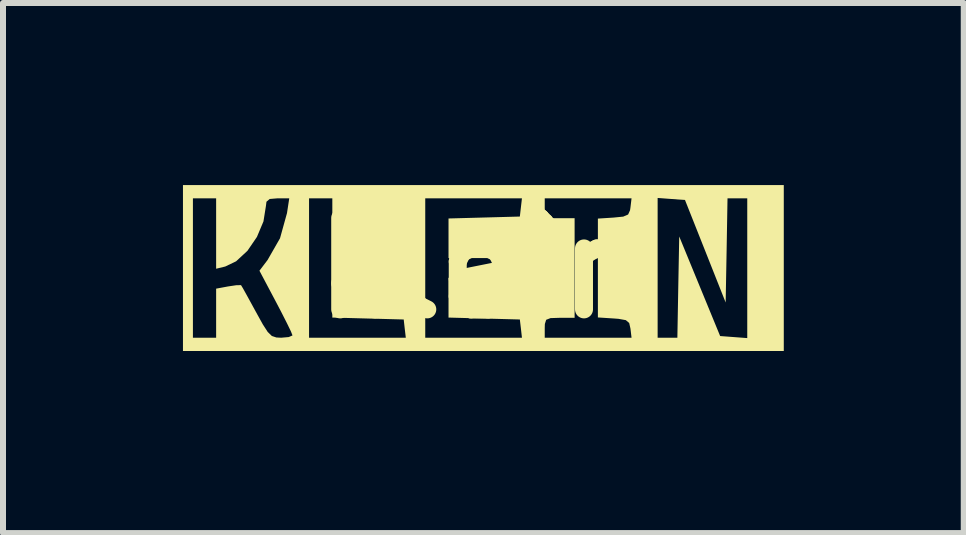
<source format=kicad_pcb>
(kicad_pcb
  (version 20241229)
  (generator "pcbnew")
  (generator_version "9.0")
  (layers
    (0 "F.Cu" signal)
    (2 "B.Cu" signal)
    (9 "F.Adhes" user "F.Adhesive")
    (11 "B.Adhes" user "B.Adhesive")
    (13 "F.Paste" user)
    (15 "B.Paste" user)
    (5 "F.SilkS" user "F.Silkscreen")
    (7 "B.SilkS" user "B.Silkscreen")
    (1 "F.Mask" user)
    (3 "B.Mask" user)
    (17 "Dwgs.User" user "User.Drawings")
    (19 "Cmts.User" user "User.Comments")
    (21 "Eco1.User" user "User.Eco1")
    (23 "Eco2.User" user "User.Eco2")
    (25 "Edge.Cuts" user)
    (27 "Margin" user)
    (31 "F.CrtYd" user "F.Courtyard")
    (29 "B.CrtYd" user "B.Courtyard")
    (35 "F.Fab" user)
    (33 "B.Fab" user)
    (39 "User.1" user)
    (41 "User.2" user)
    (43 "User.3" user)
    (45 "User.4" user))
  (footprint "klein"
    (layer "F.Cu")
    (at 4.98 1.418)
    (property "Reference" "klein" (at 0 0 0) (layer "F.SilkS") (effects (font (size 1.524 1.524) (thickness 0.3))))
    (attr board_only exclude_from_pos_files exclude_from_bom)
    (fp_poly (pts (xy 5.036 1.383) (xy -4.98 1.383) (xy -4.98 1.162) (xy -4.814 1.162) (xy -4.427 1.162) (xy -4.427 0.344) (xy -4.228 0.307) (xy -4.093 0.287) (xy -4.016 0.285) (xy -4.011 0.287) (xy -3.979 0.34) (xy -3.908 0.468) (xy -3.81 0.647) (xy -3.763 0.733) (xy -3.649 0.939) (xy -3.567 1.066) (xy -3.498 1.133) (xy -3.423 1.158) (xy -3.343 1.162) (xy -2.878 1.162) (xy -1.265 1.162) (xy -0.941 1.162) (xy 0.671 1.162) (xy 1.051 1.162) (xy 2.498 1.162) (xy 2.48 1.01) (xy 2.459 0.917) (xy 2.403 0.869) (xy 2.28 0.847) (xy 2.2 0.841) (xy 1.937 0.824) (xy 1.937 -0.824) (xy 2.2 -0.841) (xy 2.36 -0.857) (xy 2.441 -0.892) (xy 2.473 -0.963) (xy 2.48 -1.01) (xy 2.498 -1.162) (xy 1.051 -1.162) (xy 1.051 -0.996) (xy 1.059 -0.894) (xy 1.1 -0.846) (xy 1.206 -0.831) (xy 1.3 -0.83) (xy 1.549 -0.83) (xy 1.549 0.83) (xy 1.3 0.83) (xy 1.147 0.835) (xy 1.075 0.863) (xy 1.053 0.933) (xy 1.051 0.996) (xy 1.051 1.162) (xy 0.671 1.162) (xy 0.654 1.01) (xy 0.636 0.858) (xy 0.042 0.842) (xy -0.553 0.826) (xy -0.553 0.166) (xy 0.332 0.166) (xy 0.332 -0.166) (xy -0.553 -0.166) (xy -0.553 -0.826) (xy 0.042 -0.842) (xy 0.636 -0.858) (xy 0.671 -1.162) (xy -0.941 -1.162) (xy -0.941 1.162) (xy -1.265 1.162) (xy -1.283 1.01) (xy -1.3 0.858) (xy -1.895 0.842) (xy -2.49 0.826) (xy -2.49 -1.162) (xy -2.878 -1.162) (xy -2.878 1.162) (xy -3.343 1.162) (xy -3.217 1.151) (xy -3.156 1.125) (xy -3.155 1.121) (xy -3.18 1.057) (xy -3.247 0.919) (xy -3.344 0.728) (xy -3.431 0.562) (xy -3.705 0.045) (xy -3.57 -0.133) (xy -3.362 -0.496) (xy -3.245 -0.918) (xy -3.244 -0.927) (xy -3.208 -1.162) (xy -3.403 -1.162) (xy -3.534 -1.151) (xy -3.588 -1.105) (xy -3.597 -1.034) (xy -3.638 -0.777) (xy -3.747 -0.518) (xy -3.905 -0.287) (xy -4.094 -0.112) (xy -4.275 -0.025) (xy -4.427 0.012) (xy -4.427 -1.162) (xy -4.814 -1.162) (xy -4.814 1.162) (xy -4.98 1.162) (xy -4.98 -1.168) (xy 2.933 -1.168) (xy 2.933 1.162) (xy 3.262 1.162) (xy 3.277 0.318) (xy 3.293 -0.526) (xy 3.975 1.134) (xy 4.201 1.151) (xy 4.427 1.168) (xy 4.427 -1.162) (xy 4.098 -1.162) (xy 4.083 -0.294) (xy 4.067 0.575) (xy 3.728 -0.28) (xy 3.389 -1.134) (xy 3.161 -1.151) (xy 2.933 -1.168) (xy -4.98 -1.168) (xy -4.98 -1.383) (xy 5.036 -1.383)) (stroke (width 0) (type solid)) (fill yes) (layer "F.SilkS")))
  (gr_rect
    (start -3 -3)
    (end 13.016 5.836)
    (stroke (width 0.1) (type default))
    (fill no)
    (layer "Edge.Cuts")))
</source>
